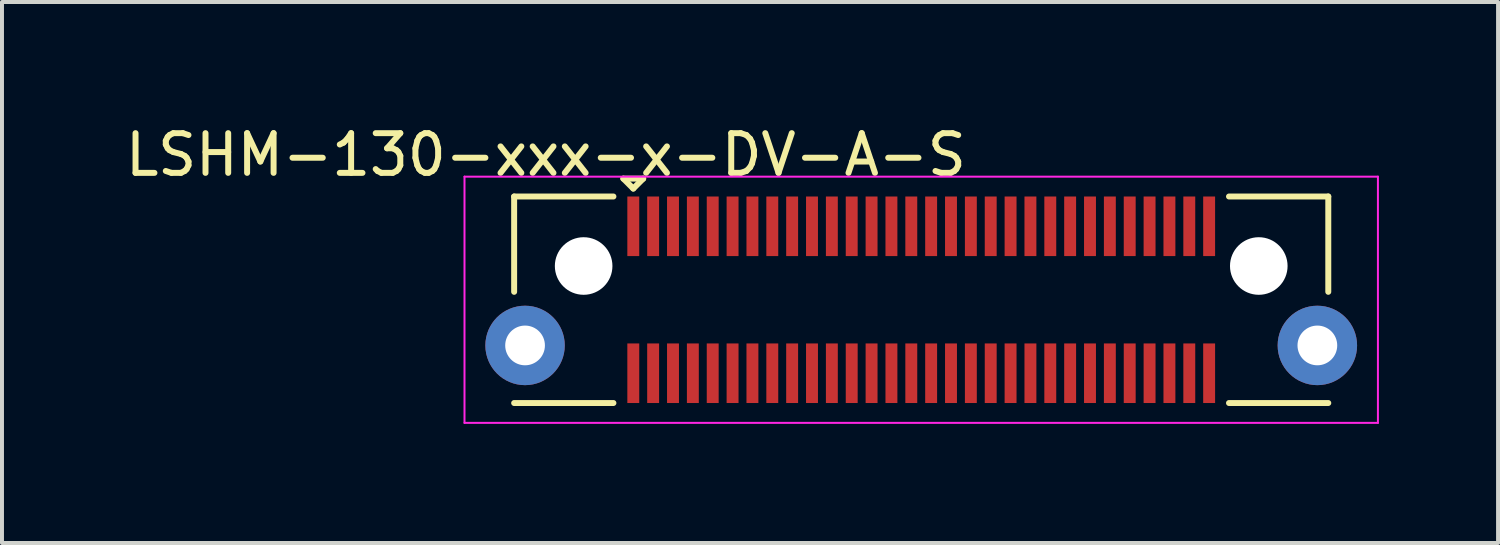
<source format=kicad_pcb>
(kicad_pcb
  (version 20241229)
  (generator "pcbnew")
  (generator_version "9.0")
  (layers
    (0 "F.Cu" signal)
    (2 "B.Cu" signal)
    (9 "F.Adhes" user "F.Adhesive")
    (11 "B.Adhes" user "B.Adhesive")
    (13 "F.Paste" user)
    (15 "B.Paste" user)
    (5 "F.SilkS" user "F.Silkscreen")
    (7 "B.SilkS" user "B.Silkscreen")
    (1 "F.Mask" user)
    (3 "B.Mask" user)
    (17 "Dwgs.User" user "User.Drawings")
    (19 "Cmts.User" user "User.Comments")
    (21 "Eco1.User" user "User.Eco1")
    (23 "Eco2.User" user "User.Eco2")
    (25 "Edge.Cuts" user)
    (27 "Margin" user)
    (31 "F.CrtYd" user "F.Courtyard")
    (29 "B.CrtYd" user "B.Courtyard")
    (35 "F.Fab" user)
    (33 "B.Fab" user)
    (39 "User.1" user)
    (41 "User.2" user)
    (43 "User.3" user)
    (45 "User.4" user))
  (footprint "LSHM-130-xxx-x-DV-A-S"
    (layer "F.Cu")
    (at 20.146 4.498)
    (property "Reference" "LSHM-130-xxx-x-DV-A-S" (at -9.45 -3.65 0) (layer "F.SilkS") (effects (font (size 1 1) (thickness 0.15))))
    (attr smd)
    (fp_line (start -10.25 -2.6) (end -7.75 -2.6) (stroke (width 0.15) (type solid)) (layer "F.SilkS"))
    (fp_line (start -10.25 -0.2) (end -10.25 -2.6) (stroke (width 0.15) (type solid)) (layer "F.SilkS"))
    (fp_line (start -10.25 2.6) (end -7.75 2.6) (stroke (width 0.15) (type solid)) (layer "F.SilkS"))
    (fp_line (start -7.5 -3.05) (end -7.25 -2.8) (stroke (width 0.15) (type solid)) (layer "F.SilkS"))
    (fp_line (start -7.25 -2.8) (end -7 -3.05) (stroke (width 0.15) (type solid)) (layer "F.SilkS"))
    (fp_line (start -7 -3.05) (end -7.5 -3.05) (stroke (width 0.15) (type solid)) (layer "F.SilkS"))
    (fp_line (start 10.25 -2.6) (end 7.75 -2.6) (stroke (width 0.15) (type solid)) (layer "F.SilkS"))
    (fp_line (start 10.25 -0.2) (end 10.25 -2.6) (stroke (width 0.15) (type solid)) (layer "F.SilkS"))
    (fp_line (start 10.25 2.6) (end 7.75 2.6) (stroke (width 0.15) (type solid)) (layer "F.SilkS"))
    (fp_line (start -11.5 -3.1) (end 11.5 -3.1) (stroke (width 0.05) (type solid)) (layer "F.CrtYd"))
    (fp_line (start -11.5 3.1) (end -11.5 -3.1) (stroke (width 0.05) (type solid)) (layer "F.CrtYd"))
    (fp_line (start -11.5 3.1) (end 11.5 3.1) (stroke (width 0.05) (type solid)) (layer "F.CrtYd"))
    (fp_line (start 11.5 3.1) (end 11.5 -3.1) (stroke (width 0.05) (type solid)) (layer "F.CrtYd"))
    (pad "" np_thru_hole circle (at -8.5 -0.85) (size 1.45 1.45) (drill 1.45) (layers "*.Cu" "*.Mask"))
    (pad "" np_thru_hole circle (at 8.5 -0.85) (size 1.45 1.45) (drill 1.45) (layers "*.Cu" "*.Mask"))
    (pad "1" smd rect (at -7.25 -1.85) (size 0.3 1.5) (layers "F.Cu" "F.Mask" "F.Paste"))
    (pad "2" smd rect (at -7.25 1.85) (size 0.3 1.5) (layers "F.Cu" "F.Mask" "F.Paste"))
    (pad "3" smd rect (at -6.75 -1.85) (size 0.3 1.5) (layers "F.Cu" "F.Mask" "F.Paste"))
    (pad "4" smd rect (at -6.75 1.85) (size 0.3 1.5) (layers "F.Cu" "F.Mask" "F.Paste"))
    (pad "5" smd rect (at -6.25 -1.85) (size 0.3 1.5) (layers "F.Cu" "F.Mask" "F.Paste"))
    (pad "6" smd rect (at -6.25 1.85) (size 0.3 1.5) (layers "F.Cu" "F.Mask" "F.Paste"))
    (pad "7" smd rect (at -5.75 -1.85) (size 0.3 1.5) (layers "F.Cu" "F.Mask" "F.Paste"))
    (pad "8" smd rect (at -5.75 1.85) (size 0.3 1.5) (layers "F.Cu" "F.Mask" "F.Paste"))
    (pad "9" smd rect (at -5.25 -1.85) (size 0.3 1.5) (layers "F.Cu" "F.Mask" "F.Paste"))
    (pad "10" smd rect (at -5.25 1.85) (size 0.3 1.5) (layers "F.Cu" "F.Mask" "F.Paste"))
    (pad "11" smd rect (at -4.75 -1.85) (size 0.3 1.5) (layers "F.Cu" "F.Mask" "F.Paste"))
    (pad "12" smd rect (at -4.75 1.85) (size 0.3 1.5) (layers "F.Cu" "F.Mask" "F.Paste"))
    (pad "13" smd rect (at -4.25 -1.85) (size 0.3 1.5) (layers "F.Cu" "F.Mask" "F.Paste"))
    (pad "14" smd rect (at -4.25 1.85) (size 0.3 1.5) (layers "F.Cu" "F.Mask" "F.Paste"))
    (pad "15" smd rect (at -3.75 -1.85) (size 0.3 1.5) (layers "F.Cu" "F.Mask" "F.Paste"))
    (pad "16" smd rect (at -3.75 1.85) (size 0.3 1.5) (layers "F.Cu" "F.Mask" "F.Paste"))
    (pad "17" smd rect (at -3.25 -1.85) (size 0.3 1.5) (layers "F.Cu" "F.Mask" "F.Paste"))
    (pad "18" smd rect (at -3.25 1.85) (size 0.3 1.5) (layers "F.Cu" "F.Mask" "F.Paste"))
    (pad "19" smd rect (at -2.75 -1.85) (size 0.3 1.5) (layers "F.Cu" "F.Mask" "F.Paste"))
    (pad "20" smd rect (at -2.75 1.85) (size 0.3 1.5) (layers "F.Cu" "F.Mask" "F.Paste"))
    (pad "21" smd rect (at -2.25 -1.85) (size 0.3 1.5) (layers "F.Cu" "F.Mask" "F.Paste"))
    (pad "22" smd rect (at -2.25 1.85) (size 0.3 1.5) (layers "F.Cu" "F.Mask" "F.Paste"))
    (pad "23" smd rect (at -1.75 -1.85) (size 0.3 1.5) (layers "F.Cu" "F.Mask" "F.Paste"))
    (pad "24" smd rect (at -1.75 1.85) (size 0.3 1.5) (layers "F.Cu" "F.Mask" "F.Paste"))
    (pad "25" smd rect (at -1.25 -1.85) (size 0.3 1.5) (layers "F.Cu" "F.Mask" "F.Paste"))
    (pad "26" smd rect (at -1.25 1.85) (size 0.3 1.5) (layers "F.Cu" "F.Mask" "F.Paste"))
    (pad "27" smd rect (at -0.75 -1.85) (size 0.3 1.5) (layers "F.Cu" "F.Mask" "F.Paste"))
    (pad "28" smd rect (at -0.75 1.85) (size 0.3 1.5) (layers "F.Cu" "F.Mask" "F.Paste"))
    (pad "29" smd rect (at -0.25 -1.85) (size 0.3 1.5) (layers "F.Cu" "F.Mask" "F.Paste"))
    (pad "30" smd rect (at -0.25 1.85) (size 0.3 1.5) (layers "F.Cu" "F.Mask" "F.Paste"))
    (pad "31" smd rect (at 0.25 -1.85) (size 0.3 1.5) (layers "F.Cu" "F.Mask" "F.Paste"))
    (pad "32" smd rect (at 0.25 1.85) (size 0.3 1.5) (layers "F.Cu" "F.Mask" "F.Paste"))
    (pad "33" smd rect (at 0.75 -1.85) (size 0.3 1.5) (layers "F.Cu" "F.Mask" "F.Paste"))
    (pad "34" smd rect (at 0.75 1.85) (size 0.3 1.5) (layers "F.Cu" "F.Mask" "F.Paste"))
    (pad "35" smd rect (at 1.25 -1.85) (size 0.3 1.5) (layers "F.Cu" "F.Mask" "F.Paste"))
    (pad "36" smd rect (at 1.25 1.85) (size 0.3 1.5) (layers "F.Cu" "F.Mask" "F.Paste"))
    (pad "37" smd rect (at 1.75 -1.85) (size 0.3 1.5) (layers "F.Cu" "F.Mask" "F.Paste"))
    (pad "38" smd rect (at 1.75 1.85) (size 0.3 1.5) (layers "F.Cu" "F.Mask" "F.Paste"))
    (pad "39" smd rect (at 2.25 -1.85) (size 0.3 1.5) (layers "F.Cu" "F.Mask" "F.Paste"))
    (pad "40" smd rect (at 2.25 1.85) (size 0.3 1.5) (layers "F.Cu" "F.Mask" "F.Paste"))
    (pad "41" smd rect (at 2.75 -1.85) (size 0.3 1.5) (layers "F.Cu" "F.Mask" "F.Paste"))
    (pad "42" smd rect (at 2.75 1.85) (size 0.3 1.5) (layers "F.Cu" "F.Mask" "F.Paste"))
    (pad "43" smd rect (at 3.25 -1.85) (size 0.3 1.5) (layers "F.Cu" "F.Mask" "F.Paste"))
    (pad "44" smd rect (at 3.25 1.85) (size 0.3 1.5) (layers "F.Cu" "F.Mask" "F.Paste"))
    (pad "45" smd rect (at 3.75 -1.85) (size 0.3 1.5) (layers "F.Cu" "F.Mask" "F.Paste"))
    (pad "46" smd rect (at 3.75 1.85) (size 0.3 1.5) (layers "F.Cu" "F.Mask" "F.Paste"))
    (pad "47" smd rect (at 4.25 -1.85) (size 0.3 1.5) (layers "F.Cu" "F.Mask" "F.Paste"))
    (pad "48" smd rect (at 4.25 1.85) (size 0.3 1.5) (layers "F.Cu" "F.Mask" "F.Paste"))
    (pad "49" smd rect (at 4.75 -1.85) (size 0.3 1.5) (layers "F.Cu" "F.Mask" "F.Paste"))
    (pad "50" smd rect (at 4.75 1.85) (size 0.3 1.5) (layers "F.Cu" "F.Mask" "F.Paste"))
    (pad "51" smd rect (at 5.25 -1.85) (size 0.3 1.5) (layers "F.Cu" "F.Mask" "F.Paste"))
    (pad "52" smd rect (at 5.25 1.85) (size 0.3 1.5) (layers "F.Cu" "F.Mask" "F.Paste"))
    (pad "53" smd rect (at 5.75 -1.85) (size 0.3 1.5) (layers "F.Cu" "F.Mask" "F.Paste"))
    (pad "54" smd rect (at 5.75 1.85) (size 0.3 1.5) (layers "F.Cu" "F.Mask" "F.Paste"))
    (pad "55" smd rect (at 6.25 -1.85) (size 0.3 1.5) (layers "F.Cu" "F.Mask" "F.Paste"))
    (pad "56" smd rect (at 6.25 1.85) (size 0.3 1.5) (layers "F.Cu" "F.Mask" "F.Paste"))
    (pad "57" smd rect (at 6.75 -1.85) (size 0.3 1.5) (layers "F.Cu" "F.Mask" "F.Paste"))
    (pad "58" smd rect (at 6.75 1.85) (size 0.3 1.5) (layers "F.Cu" "F.Mask" "F.Paste"))
    (pad "59" smd rect (at 7.25 -1.85) (size 0.3 1.5) (layers "F.Cu" "F.Mask" "F.Paste"))
    (pad "60" smd rect (at 7.25 1.85) (size 0.3 1.5) (layers "F.Cu" "F.Mask" "F.Paste"))
    (pad "61" thru_hole circle (at -9.975 1.15) (size 2 2) (drill 1) (layers "*.Cu" "*.Mask"))
    (pad "61" thru_hole circle (at 9.975 1.15) (size 2 2) (drill 1) (layers "*.Cu" "*.Mask")))
  (gr_rect
    (start -3 -3)
    (end 34.671 10.623)
    (stroke (width 0.1) (type default))
    (fill no)
    (layer "Edge.Cuts")))
</source>
